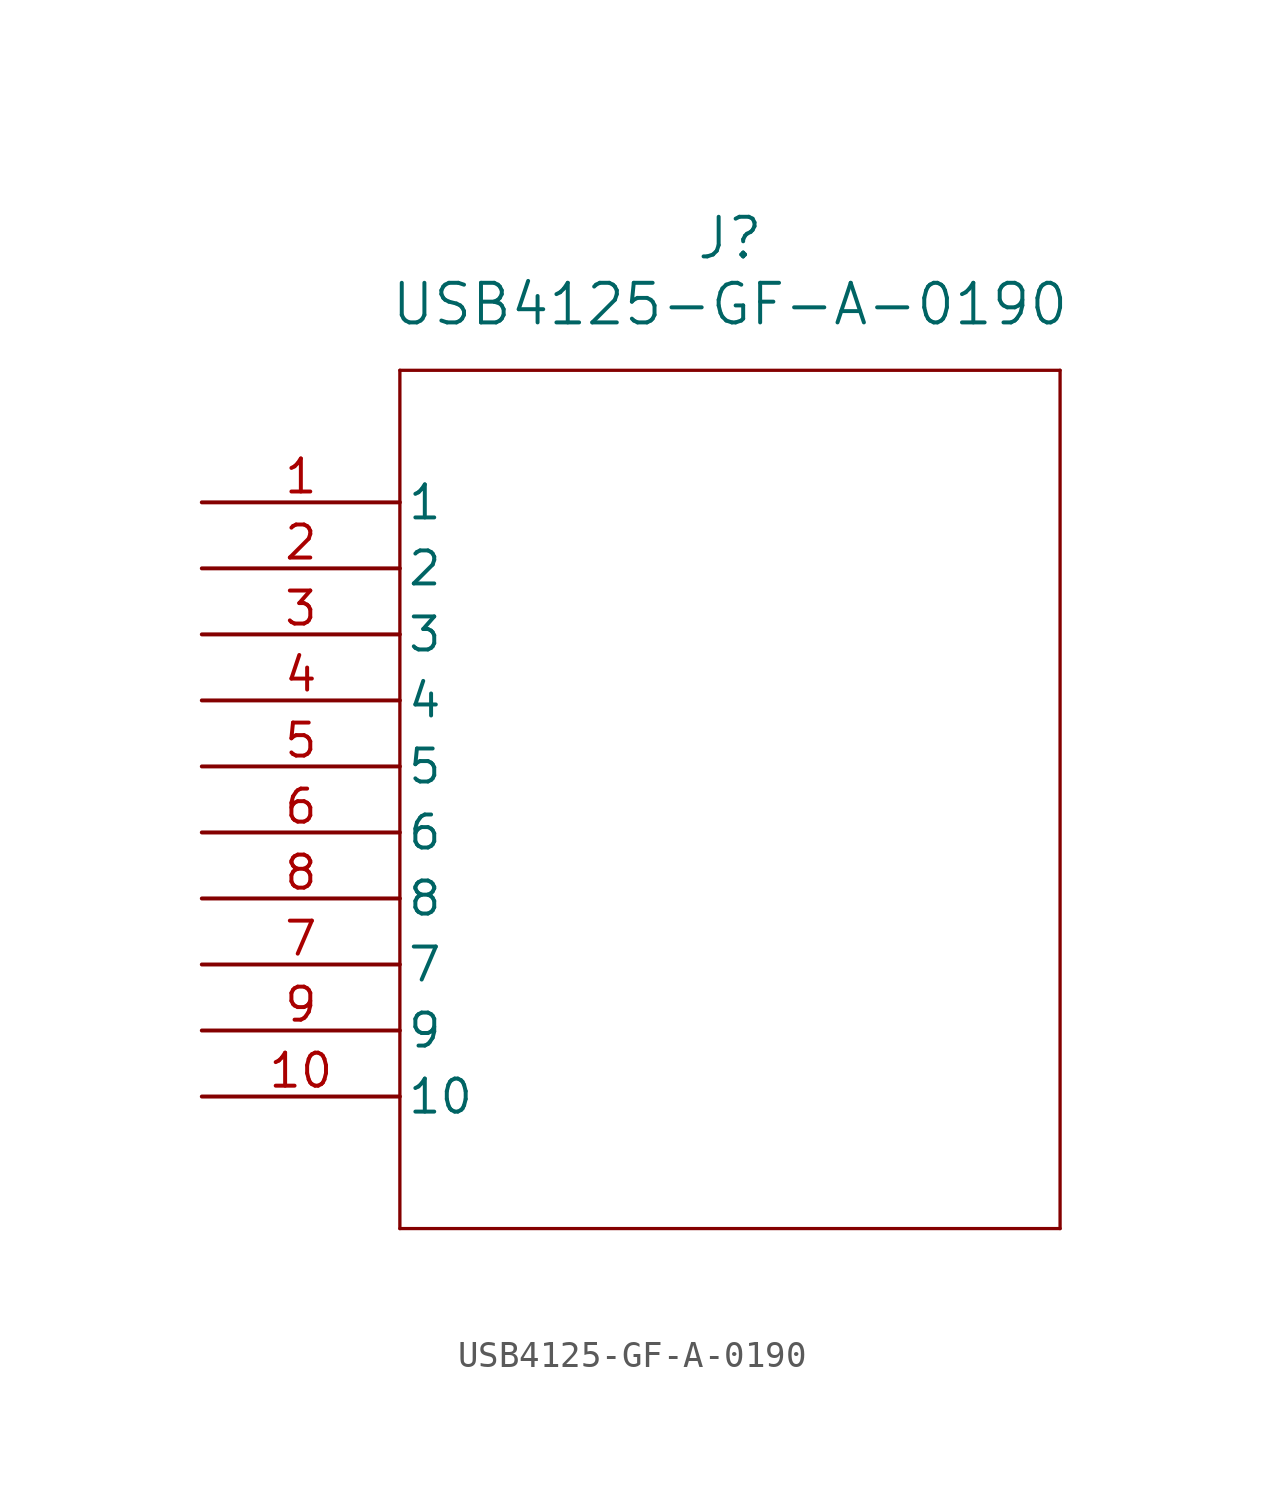
<source format=kicad_sym>
(kicad_symbol_lib
  (version 20211014)
  (generator kicad_symbol_editor)
  (symbol "USB4125-GF-A-0190"
    (pin_names
      (offset 0.254))
    (property "Reference" "J"
      (at 20.32 10.16 0)
      (effects (font (size 1.524 1.524))))
    (property "Value" "USB4125-GF-A-0190"
      (at 20.32 7.62 0)
      (effects (font (size 1.524 1.524))))
    (symbol "USB4125-GF-A-0190_0_1"
      (polyline (pts (xy 7.62 5.08) (xy 7.62 -27.94)) (stroke (width 0.127) (type default) (color 0 0 0 0)) (fill (type none)))
      (polyline (pts (xy 7.62 -27.94) (xy 33.02 -27.94)) (stroke (width 0.127) (type default) (color 0 0 0 0)) (fill (type none)))
      (polyline (pts (xy 33.02 -27.94) (xy 33.02 5.08)) (stroke (width 0.127) (type default) (color 0 0 0 0)) (fill (type none)))
      (polyline (pts (xy 33.02 5.08) (xy 7.62 5.08)) (stroke (width 0.127) (type default) (color 0 0 0 0)) (fill (type none)))
      (pin unspecified line (at 0 0 0) (length 7.62) (name "1" (effects (font (size 1.27 1.27)))) (number "1" (effects (font (size 1.27 1.27)))))
      (pin unspecified line (at 0 -2.54 0) (length 7.62) (name "2" (effects (font (size 1.27 1.27)))) (number "2" (effects (font (size 1.27 1.27)))))
      (pin unspecified line (at 0 -5.08 0) (length 7.62) (name "3" (effects (font (size 1.27 1.27)))) (number "3" (effects (font (size 1.27 1.27)))))
      (pin unspecified line (at 0 -7.62 0) (length 7.62) (name "4" (effects (font (size 1.27 1.27)))) (number "4" (effects (font (size 1.27 1.27)))))
      (pin unspecified line (at 0 -10.16 0) (length 7.62) (name "5" (effects (font (size 1.27 1.27)))) (number "5" (effects (font (size 1.27 1.27)))))
      (pin unspecified line (at 0 -12.7 0) (length 7.62) (name "6" (effects (font (size 1.27 1.27)))) (number "6" (effects (font (size 1.27 1.27)))))
      (pin unspecified line (at 0 -15.24 0) (length 7.62) (name "8" (effects (font (size 1.27 1.27)))) (number "8" (effects (font (size 1.27 1.27)))))
      (pin unspecified line (at 0 -17.78 0) (length 7.62) (name "7" (effects (font (size 1.27 1.27)))) (number "7" (effects (font (size 1.27 1.27)))))
      (pin unspecified line (at 0 -20.32 0) (length 7.62) (name "9" (effects (font (size 1.27 1.27)))) (number "9" (effects (font (size 1.27 1.27)))))
      (pin unspecified line (at 0 -22.86 0) (length 7.62) (name "10" (effects (font (size 1.27 1.27)))) (number "10" (effects (font (size 1.27 1.27))))))))
</source>
